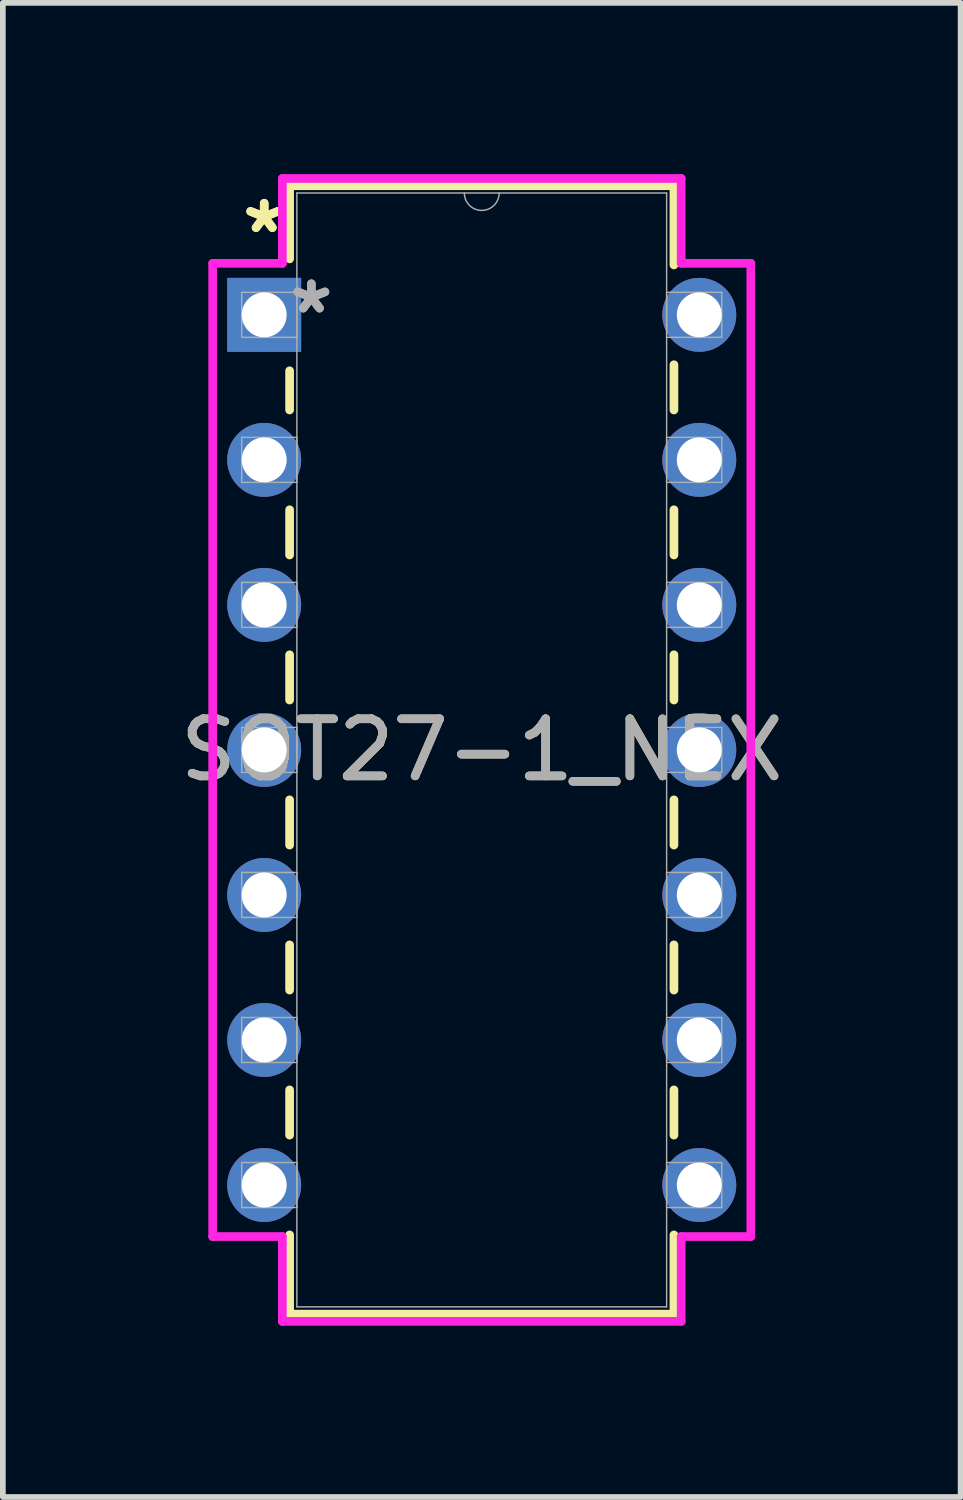
<source format=kicad_pcb>
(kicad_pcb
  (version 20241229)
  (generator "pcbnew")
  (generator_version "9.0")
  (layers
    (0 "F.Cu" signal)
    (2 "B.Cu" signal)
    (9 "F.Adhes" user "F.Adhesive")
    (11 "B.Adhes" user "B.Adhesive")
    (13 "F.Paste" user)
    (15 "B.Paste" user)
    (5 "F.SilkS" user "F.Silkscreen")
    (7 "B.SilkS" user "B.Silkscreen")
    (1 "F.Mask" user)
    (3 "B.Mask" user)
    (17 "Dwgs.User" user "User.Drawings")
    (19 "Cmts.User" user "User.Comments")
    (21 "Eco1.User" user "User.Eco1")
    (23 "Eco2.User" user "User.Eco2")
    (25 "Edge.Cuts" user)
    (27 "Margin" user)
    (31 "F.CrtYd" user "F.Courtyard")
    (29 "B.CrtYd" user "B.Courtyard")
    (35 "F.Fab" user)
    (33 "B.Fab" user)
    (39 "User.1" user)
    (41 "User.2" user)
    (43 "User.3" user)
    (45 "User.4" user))
  (footprint "SOT27-1_NEX"
    (layer "F.Cu")
    (at 1.577 2.464)
    (property "Reference" "SOT27-1_NEX" (at 3.81 7.62 0) (unlocked yes) (layer "F.SilkS") (effects (font (size 1 1) (thickness 0.15))))
    (attr through_hole)
    (fp_line (start 0.445 -2.261) (end 0.445 -0.98) (stroke (width 0.152) (type solid)) (layer "F.SilkS"))
    (fp_line (start 0.445 0.98) (end 0.445 1.666) (stroke (width 0.152) (type solid)) (layer "F.SilkS"))
    (fp_line (start 0.445 3.414) (end 0.445 4.206) (stroke (width 0.152) (type solid)) (layer "F.SilkS"))
    (fp_line (start 0.445 5.954) (end 0.445 6.746) (stroke (width 0.152) (type solid)) (layer "F.SilkS"))
    (fp_line (start 0.445 8.494) (end 0.445 9.286) (stroke (width 0.152) (type solid)) (layer "F.SilkS"))
    (fp_line (start 0.445 11.034) (end 0.445 11.826) (stroke (width 0.152) (type solid)) (layer "F.SilkS"))
    (fp_line (start 0.445 13.574) (end 0.445 14.366) (stroke (width 0.152) (type solid)) (layer "F.SilkS"))
    (fp_line (start 0.445 16.114) (end 0.445 17.501) (stroke (width 0.152) (type solid)) (layer "F.SilkS"))
    (fp_line (start 0.445 17.501) (end 7.176 17.501) (stroke (width 0.152) (type solid)) (layer "F.SilkS"))
    (fp_line (start 7.176 -2.261) (end 0.445 -2.261) (stroke (width 0.152) (type solid)) (layer "F.SilkS"))
    (fp_line (start 7.176 -0.874) (end 7.176 -2.261) (stroke (width 0.152) (type solid)) (layer "F.SilkS"))
    (fp_line (start 7.176 1.666) (end 7.176 0.874) (stroke (width 0.152) (type solid)) (layer "F.SilkS"))
    (fp_line (start 7.176 4.206) (end 7.176 3.414) (stroke (width 0.152) (type solid)) (layer "F.SilkS"))
    (fp_line (start 7.176 6.746) (end 7.176 5.954) (stroke (width 0.152) (type solid)) (layer "F.SilkS"))
    (fp_line (start 7.176 9.286) (end 7.176 8.494) (stroke (width 0.152) (type solid)) (layer "F.SilkS"))
    (fp_line (start 7.176 11.826) (end 7.176 11.034) (stroke (width 0.152) (type solid)) (layer "F.SilkS"))
    (fp_line (start 7.176 14.366) (end 7.176 13.574) (stroke (width 0.152) (type solid)) (layer "F.SilkS"))
    (fp_line (start 7.176 17.501) (end 7.176 16.114) (stroke (width 0.152) (type solid)) (layer "F.SilkS"))
    (fp_line (start -0.902 -0.902) (end 0.318 -0.902) (stroke (width 0.152) (type solid)) (layer "F.CrtYd"))
    (fp_line (start -0.902 16.142) (end -0.902 -0.902) (stroke (width 0.152) (type solid)) (layer "F.CrtYd"))
    (fp_line (start 0.318 -2.388) (end 7.303 -2.388) (stroke (width 0.152) (type solid)) (layer "F.CrtYd"))
    (fp_line (start 0.318 -0.902) (end 0.318 -2.388) (stroke (width 0.152) (type solid)) (layer "F.CrtYd"))
    (fp_line (start 0.318 16.142) (end -0.902 16.142) (stroke (width 0.152) (type solid)) (layer "F.CrtYd"))
    (fp_line (start 0.318 17.628) (end 0.318 16.142) (stroke (width 0.152) (type solid)) (layer "F.CrtYd"))
    (fp_line (start 7.303 -2.388) (end 7.303 -0.902) (stroke (width 0.152) (type solid)) (layer "F.CrtYd"))
    (fp_line (start 7.303 16.142) (end 7.303 17.628) (stroke (width 0.152) (type solid)) (layer "F.CrtYd"))
    (fp_line (start 7.303 17.628) (end 0.318 17.628) (stroke (width 0.152) (type solid)) (layer "F.CrtYd"))
    (fp_line (start 8.522 -0.902) (end 7.303 -0.902) (stroke (width 0.152) (type solid)) (layer "F.CrtYd"))
    (fp_line (start 8.522 -0.902) (end 8.522 16.142) (stroke (width 0.152) (type solid)) (layer "F.CrtYd"))
    (fp_line (start 8.522 16.142) (end 7.303 16.142) (stroke (width 0.152) (type solid)) (layer "F.CrtYd"))
    (fp_line (start -0.394 -0.394) (end -0.394 0.394) (stroke (width 0.025) (type solid)) (layer "F.Fab"))
    (fp_line (start -0.394 0.394) (end 0.572 0.394) (stroke (width 0.025) (type solid)) (layer "F.Fab"))
    (fp_line (start -0.394 2.146) (end -0.394 2.934) (stroke (width 0.025) (type solid)) (layer "F.Fab"))
    (fp_line (start -0.394 2.934) (end 0.572 2.934) (stroke (width 0.025) (type solid)) (layer "F.Fab"))
    (fp_line (start -0.394 4.686) (end -0.394 5.474) (stroke (width 0.025) (type solid)) (layer "F.Fab"))
    (fp_line (start -0.394 5.474) (end 0.572 5.474) (stroke (width 0.025) (type solid)) (layer "F.Fab"))
    (fp_line (start -0.394 7.226) (end -0.394 8.014) (stroke (width 0.025) (type solid)) (layer "F.Fab"))
    (fp_line (start -0.394 8.014) (end 0.572 8.014) (stroke (width 0.025) (type solid)) (layer "F.Fab"))
    (fp_line (start -0.394 9.766) (end -0.394 10.554) (stroke (width 0.025) (type solid)) (layer "F.Fab"))
    (fp_line (start -0.394 10.554) (end 0.572 10.554) (stroke (width 0.025) (type solid)) (layer "F.Fab"))
    (fp_line (start -0.394 12.306) (end -0.394 13.094) (stroke (width 0.025) (type solid)) (layer "F.Fab"))
    (fp_line (start -0.394 13.094) (end 0.572 13.094) (stroke (width 0.025) (type solid)) (layer "F.Fab"))
    (fp_line (start -0.394 14.846) (end -0.394 15.634) (stroke (width 0.025) (type solid)) (layer "F.Fab"))
    (fp_line (start -0.394 15.634) (end 0.572 15.634) (stroke (width 0.025) (type solid)) (layer "F.Fab"))
    (fp_line (start 0.572 -2.134) (end 0.572 17.374) (stroke (width 0.025) (type solid)) (layer "F.Fab"))
    (fp_line (start 0.572 -0.394) (end -0.394 -0.394) (stroke (width 0.025) (type solid)) (layer "F.Fab"))
    (fp_line (start 0.572 0.394) (end 0.572 -0.394) (stroke (width 0.025) (type solid)) (layer "F.Fab"))
    (fp_line (start 0.572 2.146) (end -0.394 2.146) (stroke (width 0.025) (type solid)) (layer "F.Fab"))
    (fp_line (start 0.572 2.934) (end 0.572 2.146) (stroke (width 0.025) (type solid)) (layer "F.Fab"))
    (fp_line (start 0.572 4.686) (end -0.394 4.686) (stroke (width 0.025) (type solid)) (layer "F.Fab"))
    (fp_line (start 0.572 5.474) (end 0.572 4.686) (stroke (width 0.025) (type solid)) (layer "F.Fab"))
    (fp_line (start 0.572 7.226) (end -0.394 7.226) (stroke (width 0.025) (type solid)) (layer "F.Fab"))
    (fp_line (start 0.572 8.014) (end 0.572 7.226) (stroke (width 0.025) (type solid)) (layer "F.Fab"))
    (fp_line (start 0.572 9.766) (end -0.394 9.766) (stroke (width 0.025) (type solid)) (layer "F.Fab"))
    (fp_line (start 0.572 10.554) (end 0.572 9.766) (stroke (width 0.025) (type solid)) (layer "F.Fab"))
    (fp_line (start 0.572 12.306) (end -0.394 12.306) (stroke (width 0.025) (type solid)) (layer "F.Fab"))
    (fp_line (start 0.572 13.094) (end 0.572 12.306) (stroke (width 0.025) (type solid)) (layer "F.Fab"))
    (fp_line (start 0.572 14.846) (end -0.394 14.846) (stroke (width 0.025) (type solid)) (layer "F.Fab"))
    (fp_line (start 0.572 15.634) (end 0.572 14.846) (stroke (width 0.025) (type solid)) (layer "F.Fab"))
    (fp_line (start 0.572 17.374) (end 7.048 17.374) (stroke (width 0.025) (type solid)) (layer "F.Fab"))
    (fp_line (start 7.048 -2.134) (end 0.572 -2.134) (stroke (width 0.025) (type solid)) (layer "F.Fab"))
    (fp_line (start 7.048 -0.394) (end 7.048 0.394) (stroke (width 0.025) (type solid)) (layer "F.Fab"))
    (fp_line (start 7.048 0.394) (end 8.014 0.394) (stroke (width 0.025) (type solid)) (layer "F.Fab"))
    (fp_line (start 7.048 2.146) (end 7.048 2.934) (stroke (width 0.025) (type solid)) (layer "F.Fab"))
    (fp_line (start 7.048 2.934) (end 8.014 2.934) (stroke (width 0.025) (type solid)) (layer "F.Fab"))
    (fp_line (start 7.048 4.686) (end 7.048 5.474) (stroke (width 0.025) (type solid)) (layer "F.Fab"))
    (fp_line (start 7.048 5.474) (end 8.014 5.474) (stroke (width 0.025) (type solid)) (layer "F.Fab"))
    (fp_line (start 7.048 7.226) (end 7.048 8.014) (stroke (width 0.025) (type solid)) (layer "F.Fab"))
    (fp_line (start 7.048 8.014) (end 8.014 8.014) (stroke (width 0.025) (type solid)) (layer "F.Fab"))
    (fp_line (start 7.048 9.766) (end 7.048 10.554) (stroke (width 0.025) (type solid)) (layer "F.Fab"))
    (fp_line (start 7.048 10.554) (end 8.014 10.554) (stroke (width 0.025) (type solid)) (layer "F.Fab"))
    (fp_line (start 7.048 12.306) (end 7.048 13.094) (stroke (width 0.025) (type solid)) (layer "F.Fab"))
    (fp_line (start 7.048 13.094) (end 8.014 13.094) (stroke (width 0.025) (type solid)) (layer "F.Fab"))
    (fp_line (start 7.048 14.846) (end 7.048 15.634) (stroke (width 0.025) (type solid)) (layer "F.Fab"))
    (fp_line (start 7.048 15.634) (end 8.014 15.634) (stroke (width 0.025) (type solid)) (layer "F.Fab"))
    (fp_line (start 7.048 17.374) (end 7.048 -2.134) (stroke (width 0.025) (type solid)) (layer "F.Fab"))
    (fp_line (start 8.014 -0.394) (end 7.048 -0.394) (stroke (width 0.025) (type solid)) (layer "F.Fab"))
    (fp_line (start 8.014 0.394) (end 8.014 -0.394) (stroke (width 0.025) (type solid)) (layer "F.Fab"))
    (fp_line (start 8.014 2.146) (end 7.048 2.146) (stroke (width 0.025) (type solid)) (layer "F.Fab"))
    (fp_line (start 8.014 2.934) (end 8.014 2.146) (stroke (width 0.025) (type solid)) (layer "F.Fab"))
    (fp_line (start 8.014 4.686) (end 7.048 4.686) (stroke (width 0.025) (type solid)) (layer "F.Fab"))
    (fp_line (start 8.014 5.474) (end 8.014 4.686) (stroke (width 0.025) (type solid)) (layer "F.Fab"))
    (fp_line (start 8.014 7.226) (end 7.048 7.226) (stroke (width 0.025) (type solid)) (layer "F.Fab"))
    (fp_line (start 8.014 8.014) (end 8.014 7.226) (stroke (width 0.025) (type solid)) (layer "F.Fab"))
    (fp_line (start 8.014 9.766) (end 7.048 9.766) (stroke (width 0.025) (type solid)) (layer "F.Fab"))
    (fp_line (start 8.014 10.554) (end 8.014 9.766) (stroke (width 0.025) (type solid)) (layer "F.Fab"))
    (fp_line (start 8.014 12.306) (end 7.048 12.306) (stroke (width 0.025) (type solid)) (layer "F.Fab"))
    (fp_line (start 8.014 13.094) (end 8.014 12.306) (stroke (width 0.025) (type solid)) (layer "F.Fab"))
    (fp_line (start 8.014 14.846) (end 7.048 14.846) (stroke (width 0.025) (type solid)) (layer "F.Fab"))
    (fp_line (start 8.014 15.634) (end 8.014 14.846) (stroke (width 0.025) (type solid)) (layer "F.Fab"))
    (fp_arc (start 4.1148 -2.1336) (mid 3.81 -1.8288) (end 3.5052 -2.1336) (stroke (width 0.0254) (type solid)) (layer "F.Fab"))
    (fp_text user "*" (at 0 -1.41 0) (unlocked yes) (layer "F.SilkS") (effects (font (size 1 1) (thickness 0.15))))
    (fp_text user "*" (at 0 -1.41 0) (layer "F.SilkS") (effects (font (size 1 1) (thickness 0.15))))
    (fp_text user "*" (at 0.826 0 0) (unlocked yes) (layer "F.Fab") (effects (font (size 1 1) (thickness 0.15))))
    (fp_text user "${REFERENCE}" (at 3.81 7.62 0) (unlocked yes) (layer "F.Fab") (effects (font (size 1 1) (thickness 0.15))))
    (fp_text user "*" (at 0.826 0 0) (layer "F.Fab") (effects (font (size 1 1) (thickness 0.15))))
    (pad "1" thru_hole rect (at 0 0) (size 1.295 1.295) (drill 0.787) (layers "*.Cu" "*.Mask"))
    (pad "2" thru_hole circle (at 0 2.54) (size 1.295 1.295) (drill 0.787) (layers "*.Cu" "*.Mask"))
    (pad "3" thru_hole circle (at 0 5.08) (size 1.295 1.295) (drill 0.787) (layers "*.Cu" "*.Mask"))
    (pad "4" thru_hole circle (at 0 7.62) (size 1.295 1.295) (drill 0.787) (layers "*.Cu" "*.Mask"))
    (pad "5" thru_hole circle (at 0 10.16) (size 1.295 1.295) (drill 0.787) (layers "*.Cu" "*.Mask"))
    (pad "6" thru_hole circle (at 0 12.7) (size 1.295 1.295) (drill 0.787) (layers "*.Cu" "*.Mask"))
    (pad "7" thru_hole circle (at 0 15.24) (size 1.295 1.295) (drill 0.787) (layers "*.Cu" "*.Mask"))
    (pad "8" thru_hole circle (at 7.62 15.24) (size 1.295 1.295) (drill 0.787) (layers "*.Cu" "*.Mask"))
    (pad "9" thru_hole circle (at 7.62 12.7) (size 1.295 1.295) (drill 0.787) (layers "*.Cu" "*.Mask"))
    (pad "10" thru_hole circle (at 7.62 10.16) (size 1.295 1.295) (drill 0.787) (layers "*.Cu" "*.Mask"))
    (pad "11" thru_hole circle (at 7.62 7.62) (size 1.295 1.295) (drill 0.787) (layers "*.Cu" "*.Mask"))
    (pad "12" thru_hole circle (at 7.62 5.08) (size 1.295 1.295) (drill 0.787) (layers "*.Cu" "*.Mask"))
    (pad "13" thru_hole circle (at 7.62 2.54) (size 1.295 1.295) (drill 0.787) (layers "*.Cu" "*.Mask"))
    (pad "14" thru_hole circle (at 7.62 0) (size 1.295 1.295) (drill 0.787) (layers "*.Cu" "*.Mask")))
  (gr_rect
    (start -3 -3)
    (end 13.774 23.168)
    (stroke (width 0.1) (type default))
    (fill no)
    (layer "Edge.Cuts")))
</source>
